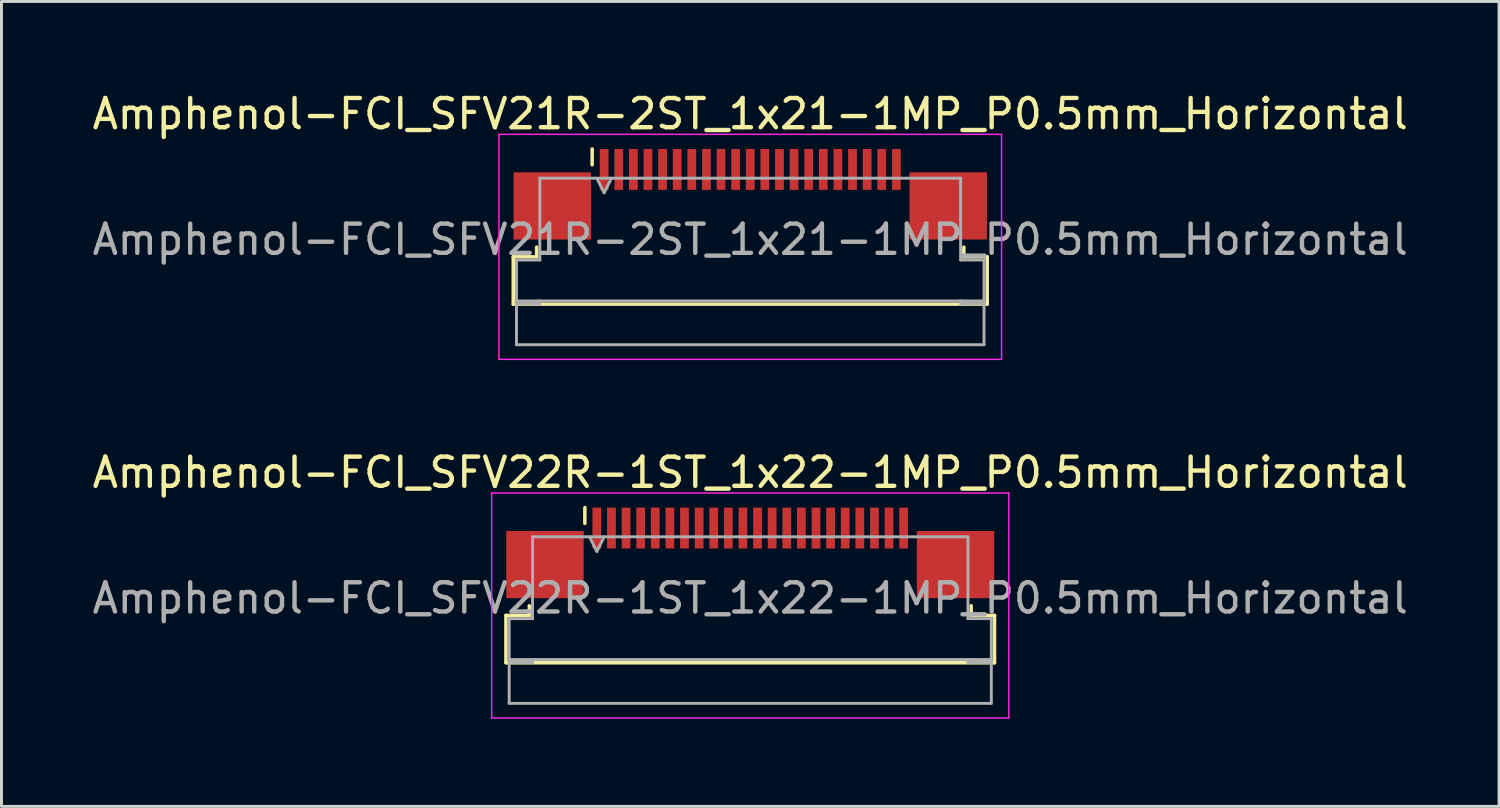
<source format=kicad_pcb>
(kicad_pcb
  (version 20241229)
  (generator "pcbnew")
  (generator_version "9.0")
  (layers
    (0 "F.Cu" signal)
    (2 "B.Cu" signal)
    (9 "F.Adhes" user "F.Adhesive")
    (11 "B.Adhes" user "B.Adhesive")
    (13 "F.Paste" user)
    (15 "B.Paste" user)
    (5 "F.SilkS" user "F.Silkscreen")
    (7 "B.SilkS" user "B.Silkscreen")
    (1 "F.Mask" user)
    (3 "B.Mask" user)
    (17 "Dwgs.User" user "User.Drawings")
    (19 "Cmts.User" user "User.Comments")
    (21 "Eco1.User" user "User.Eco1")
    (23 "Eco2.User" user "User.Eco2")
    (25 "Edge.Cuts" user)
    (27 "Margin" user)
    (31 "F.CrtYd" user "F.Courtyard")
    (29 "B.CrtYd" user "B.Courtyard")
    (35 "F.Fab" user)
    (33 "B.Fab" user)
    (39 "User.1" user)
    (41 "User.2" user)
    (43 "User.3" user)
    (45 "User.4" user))
  (footprint "Amphenol-FCI_SFV21R-2ST_1x21-1MP_P0.5mm_Horizontal"
    (layer "F.Cu")
    (at 22.625 4.748)
    (property "Reference" "Amphenol-FCI_SFV21R-2ST_1x21-1MP_P0.5mm_Horizontal" (at 0 -3.9 0) (layer "F.SilkS") (effects (font (size 1 1) (thickness 0.15))))
    (attr smd)
    (fp_line (start -8.11 0.99) (end -7.31 0.99) (stroke (width 0.12) (type solid)) (layer "F.SilkS"))
    (fp_line (start -8.11 2.61) (end -8.11 0.99) (stroke (width 0.12) (type solid)) (layer "F.SilkS"))
    (fp_line (start -7.31 0.99) (end -7.31 0.66) (stroke (width 0.12) (type solid)) (layer "F.SilkS"))
    (fp_line (start -5.41 -2.16) (end -5.41 -2.7) (stroke (width 0.12) (type solid)) (layer "F.SilkS"))
    (fp_line (start 7.31 0.66) (end 7.31 0.99) (stroke (width 0.12) (type solid)) (layer "F.SilkS"))
    (fp_line (start 7.31 0.99) (end 8.11 0.99) (stroke (width 0.12) (type solid)) (layer "F.SilkS"))
    (fp_line (start 8.11 0.99) (end 8.11 2.61) (stroke (width 0.12) (type solid)) (layer "F.SilkS"))
    (fp_line (start 8.11 2.61) (end -8.11 2.61) (stroke (width 0.12) (type solid)) (layer "F.SilkS"))
    (fp_line (start -8.6 -3.2) (end -8.6 4.5) (stroke (width 0.05) (type solid)) (layer "F.CrtYd"))
    (fp_line (start -8.6 4.5) (end 8.6 4.5) (stroke (width 0.05) (type solid)) (layer "F.CrtYd"))
    (fp_line (start 8.6 -3.2) (end -8.6 -3.2) (stroke (width 0.05) (type solid)) (layer "F.CrtYd"))
    (fp_line (start 8.6 4.5) (end 8.6 -3.2) (stroke (width 0.05) (type solid)) (layer "F.CrtYd"))
    (fp_line (start -8 1.1) (end -7.2 1.1) (stroke (width 0.1) (type solid)) (layer "F.Fab"))
    (fp_line (start -8 2.5) (end -8 1.1) (stroke (width 0.1) (type solid)) (layer "F.Fab"))
    (fp_line (start -8 2.6) (end -7.2 2.6) (stroke (width 0.1) (type solid)) (layer "F.Fab"))
    (fp_line (start -8 4) (end -8 2.6) (stroke (width 0.1) (type solid)) (layer "F.Fab"))
    (fp_line (start -7.2 -1.7) (end 7.2 -1.7) (stroke (width 0.1) (type solid)) (layer "F.Fab"))
    (fp_line (start -7.2 1.1) (end -7.2 -1.7) (stroke (width 0.1) (type solid)) (layer "F.Fab"))
    (fp_line (start -7.2 2.6) (end -7.2 2.5) (stroke (width 0.1) (type solid)) (layer "F.Fab"))
    (fp_line (start -5.25 -1.7) (end -5 -1.2) (stroke (width 0.1) (type solid)) (layer "F.Fab"))
    (fp_line (start -5 -1.2) (end -4.75 -1.7) (stroke (width 0.1) (type solid)) (layer "F.Fab"))
    (fp_line (start 7.2 -1.7) (end 7.2 1.1) (stroke (width 0.1) (type solid)) (layer "F.Fab"))
    (fp_line (start 7.2 1.1) (end 8 1.1) (stroke (width 0.1) (type solid)) (layer "F.Fab"))
    (fp_line (start 7.2 2.5) (end 7.2 2.6) (stroke (width 0.1) (type solid)) (layer "F.Fab"))
    (fp_line (start 7.2 2.6) (end 8 2.6) (stroke (width 0.1) (type solid)) (layer "F.Fab"))
    (fp_line (start 8 1.1) (end 8 2.5) (stroke (width 0.1) (type solid)) (layer "F.Fab"))
    (fp_line (start 8 2.5) (end -8 2.5) (stroke (width 0.1) (type solid)) (layer "F.Fab"))
    (fp_line (start 8 2.6) (end 8 4) (stroke (width 0.1) (type solid)) (layer "F.Fab"))
    (fp_line (start 8 4) (end -8 4) (stroke (width 0.1) (type solid)) (layer "F.Fab"))
    (fp_text user "${REFERENCE}" (at 0 0.4 0) (layer "F.Fab") (effects (font (size 1 1) (thickness 0.15))))
    (pad "1" smd rect (at -5 -2) (size 0.3 1.4) (layers "F.Cu" "F.Mask" "F.Paste"))
    (pad "2" smd rect (at -4.5 -2) (size 0.3 1.4) (layers "F.Cu" "F.Mask" "F.Paste"))
    (pad "3" smd rect (at -4 -2) (size 0.3 1.4) (layers "F.Cu" "F.Mask" "F.Paste"))
    (pad "4" smd rect (at -3.5 -2) (size 0.3 1.4) (layers "F.Cu" "F.Mask" "F.Paste"))
    (pad "5" smd rect (at -3 -2) (size 0.3 1.4) (layers "F.Cu" "F.Mask" "F.Paste"))
    (pad "6" smd rect (at -2.5 -2) (size 0.3 1.4) (layers "F.Cu" "F.Mask" "F.Paste"))
    (pad "7" smd rect (at -2 -2) (size 0.3 1.4) (layers "F.Cu" "F.Mask" "F.Paste"))
    (pad "8" smd rect (at -1.5 -2) (size 0.3 1.4) (layers "F.Cu" "F.Mask" "F.Paste"))
    (pad "9" smd rect (at -1 -2) (size 0.3 1.4) (layers "F.Cu" "F.Mask" "F.Paste"))
    (pad "10" smd rect (at -0.5 -2) (size 0.3 1.4) (layers "F.Cu" "F.Mask" "F.Paste"))
    (pad "11" smd rect (at 0 -2) (size 0.3 1.4) (layers "F.Cu" "F.Mask" "F.Paste"))
    (pad "12" smd rect (at 0.5 -2) (size 0.3 1.4) (layers "F.Cu" "F.Mask" "F.Paste"))
    (pad "13" smd rect (at 1 -2) (size 0.3 1.4) (layers "F.Cu" "F.Mask" "F.Paste"))
    (pad "14" smd rect (at 1.5 -2) (size 0.3 1.4) (layers "F.Cu" "F.Mask" "F.Paste"))
    (pad "15" smd rect (at 2 -2) (size 0.3 1.4) (layers "F.Cu" "F.Mask" "F.Paste"))
    (pad "16" smd rect (at 2.5 -2) (size 0.3 1.4) (layers "F.Cu" "F.Mask" "F.Paste"))
    (pad "17" smd rect (at 3 -2) (size 0.3 1.4) (layers "F.Cu" "F.Mask" "F.Paste"))
    (pad "18" smd rect (at 3.5 -2) (size 0.3 1.4) (layers "F.Cu" "F.Mask" "F.Paste"))
    (pad "19" smd rect (at 4 -2) (size 0.3 1.4) (layers "F.Cu" "F.Mask" "F.Paste"))
    (pad "20" smd rect (at 4.5 -2) (size 0.3 1.4) (layers "F.Cu" "F.Mask" "F.Paste"))
    (pad "21" smd rect (at 5 -2) (size 0.3 1.4) (layers "F.Cu" "F.Mask" "F.Paste"))
    (pad "MP" smd rect (at -6.775 -0.75) (size 2.65 2.3) (layers "F.Cu" "F.Mask" "F.Paste"))
    (pad "MP" smd rect (at 6.775 -0.75) (size 2.65 2.3) (layers "F.Cu" "F.Mask" "F.Paste")))
  (footprint "Amphenol-FCI_SFV22R-1ST_1x22-1MP_P0.5mm_Horizontal"
    (layer "F.Cu")
    (at 22.625 17.021)
    (property "Reference" "Amphenol-FCI_SFV22R-1ST_1x22-1MP_P0.5mm_Horizontal" (at 0 -3.9 0) (layer "F.SilkS") (effects (font (size 1 1) (thickness 0.15))))
    (attr smd)
    (fp_line (start -8.36 0.99) (end -7.56 0.99) (stroke (width 0.12) (type solid)) (layer "F.SilkS"))
    (fp_line (start -8.36 2.61) (end -8.36 0.99) (stroke (width 0.12) (type solid)) (layer "F.SilkS"))
    (fp_line (start -7.56 0.99) (end -7.56 0.66) (stroke (width 0.12) (type solid)) (layer "F.SilkS"))
    (fp_line (start -5.66 -2.16) (end -5.66 -2.7) (stroke (width 0.12) (type solid)) (layer "F.SilkS"))
    (fp_line (start 7.56 0.66) (end 7.56 0.99) (stroke (width 0.12) (type solid)) (layer "F.SilkS"))
    (fp_line (start 7.56 0.99) (end 8.36 0.99) (stroke (width 0.12) (type solid)) (layer "F.SilkS"))
    (fp_line (start 8.36 0.99) (end 8.36 2.61) (stroke (width 0.12) (type solid)) (layer "F.SilkS"))
    (fp_line (start 8.36 2.61) (end -8.36 2.61) (stroke (width 0.12) (type solid)) (layer "F.SilkS"))
    (fp_line (start -8.85 -3.2) (end -8.85 4.5) (stroke (width 0.05) (type solid)) (layer "F.CrtYd"))
    (fp_line (start -8.85 4.5) (end 8.85 4.5) (stroke (width 0.05) (type solid)) (layer "F.CrtYd"))
    (fp_line (start 8.85 -3.2) (end -8.85 -3.2) (stroke (width 0.05) (type solid)) (layer "F.CrtYd"))
    (fp_line (start 8.85 4.5) (end 8.85 -3.2) (stroke (width 0.05) (type solid)) (layer "F.CrtYd"))
    (fp_line (start -8.25 1.1) (end -7.45 1.1) (stroke (width 0.1) (type solid)) (layer "F.Fab"))
    (fp_line (start -8.25 2.5) (end -8.25 1.1) (stroke (width 0.1) (type solid)) (layer "F.Fab"))
    (fp_line (start -8.25 2.6) (end -7.45 2.6) (stroke (width 0.1) (type solid)) (layer "F.Fab"))
    (fp_line (start -8.25 4) (end -8.25 2.6) (stroke (width 0.1) (type solid)) (layer "F.Fab"))
    (fp_line (start -7.45 -1.7) (end 7.45 -1.7) (stroke (width 0.1) (type solid)) (layer "F.Fab"))
    (fp_line (start -7.45 1.1) (end -7.45 -1.7) (stroke (width 0.1) (type solid)) (layer "F.Fab"))
    (fp_line (start -7.45 2.6) (end -7.45 2.5) (stroke (width 0.1) (type solid)) (layer "F.Fab"))
    (fp_line (start -5.5 -1.7) (end -5.25 -1.2) (stroke (width 0.1) (type solid)) (layer "F.Fab"))
    (fp_line (start -5.25 -1.2) (end -5 -1.7) (stroke (width 0.1) (type solid)) (layer "F.Fab"))
    (fp_line (start 7.45 -1.7) (end 7.45 1.1) (stroke (width 0.1) (type solid)) (layer "F.Fab"))
    (fp_line (start 7.45 1.1) (end 8.25 1.1) (stroke (width 0.1) (type solid)) (layer "F.Fab"))
    (fp_line (start 7.45 2.5) (end 7.45 2.6) (stroke (width 0.1) (type solid)) (layer "F.Fab"))
    (fp_line (start 7.45 2.6) (end 8.25 2.6) (stroke (width 0.1) (type solid)) (layer "F.Fab"))
    (fp_line (start 8.25 1.1) (end 8.25 2.5) (stroke (width 0.1) (type solid)) (layer "F.Fab"))
    (fp_line (start 8.25 2.5) (end -8.25 2.5) (stroke (width 0.1) (type solid)) (layer "F.Fab"))
    (fp_line (start 8.25 2.6) (end 8.25 4) (stroke (width 0.1) (type solid)) (layer "F.Fab"))
    (fp_line (start 8.25 4) (end -8.25 4) (stroke (width 0.1) (type solid)) (layer "F.Fab"))
    (fp_text user "${REFERENCE}" (at 0 0.4 0) (layer "F.Fab") (effects (font (size 1 1) (thickness 0.15))))
    (pad "1" smd rect (at -5.25 -2) (size 0.3 1.4) (layers "F.Cu" "F.Mask" "F.Paste"))
    (pad "2" smd rect (at -4.75 -2) (size 0.3 1.4) (layers "F.Cu" "F.Mask" "F.Paste"))
    (pad "3" smd rect (at -4.25 -2) (size 0.3 1.4) (layers "F.Cu" "F.Mask" "F.Paste"))
    (pad "4" smd rect (at -3.75 -2) (size 0.3 1.4) (layers "F.Cu" "F.Mask" "F.Paste"))
    (pad "5" smd rect (at -3.25 -2) (size 0.3 1.4) (layers "F.Cu" "F.Mask" "F.Paste"))
    (pad "6" smd rect (at -2.75 -2) (size 0.3 1.4) (layers "F.Cu" "F.Mask" "F.Paste"))
    (pad "7" smd rect (at -2.25 -2) (size 0.3 1.4) (layers "F.Cu" "F.Mask" "F.Paste"))
    (pad "8" smd rect (at -1.75 -2) (size 0.3 1.4) (layers "F.Cu" "F.Mask" "F.Paste"))
    (pad "9" smd rect (at -1.25 -2) (size 0.3 1.4) (layers "F.Cu" "F.Mask" "F.Paste"))
    (pad "10" smd rect (at -0.75 -2) (size 0.3 1.4) (layers "F.Cu" "F.Mask" "F.Paste"))
    (pad "11" smd rect (at -0.25 -2) (size 0.3 1.4) (layers "F.Cu" "F.Mask" "F.Paste"))
    (pad "12" smd rect (at 0.25 -2) (size 0.3 1.4) (layers "F.Cu" "F.Mask" "F.Paste"))
    (pad "13" smd rect (at 0.75 -2) (size 0.3 1.4) (layers "F.Cu" "F.Mask" "F.Paste"))
    (pad "14" smd rect (at 1.25 -2) (size 0.3 1.4) (layers "F.Cu" "F.Mask" "F.Paste"))
    (pad "15" smd rect (at 1.75 -2) (size 0.3 1.4) (layers "F.Cu" "F.Mask" "F.Paste"))
    (pad "16" smd rect (at 2.25 -2) (size 0.3 1.4) (layers "F.Cu" "F.Mask" "F.Paste"))
    (pad "17" smd rect (at 2.75 -2) (size 0.3 1.4) (layers "F.Cu" "F.Mask" "F.Paste"))
    (pad "18" smd rect (at 3.25 -2) (size 0.3 1.4) (layers "F.Cu" "F.Mask" "F.Paste"))
    (pad "19" smd rect (at 3.75 -2) (size 0.3 1.4) (layers "F.Cu" "F.Mask" "F.Paste"))
    (pad "20" smd rect (at 4.25 -2) (size 0.3 1.4) (layers "F.Cu" "F.Mask" "F.Paste"))
    (pad "21" smd rect (at 4.75 -2) (size 0.3 1.4) (layers "F.Cu" "F.Mask" "F.Paste"))
    (pad "22" smd rect (at 5.25 -2) (size 0.3 1.4) (layers "F.Cu" "F.Mask" "F.Paste"))
    (pad "MP" smd rect (at -7.025 -0.75) (size 2.65 2.3) (layers "F.Cu" "F.Mask" "F.Paste"))
    (pad "MP" smd rect (at 7.025 -0.75) (size 2.65 2.3) (layers "F.Cu" "F.Mask" "F.Paste")))
  (gr_rect
    (start -3 -3)
    (end 48.25 24.547)
    (stroke (width 0.1) (type default))
    (fill no)
    (layer "Edge.Cuts")))
</source>
